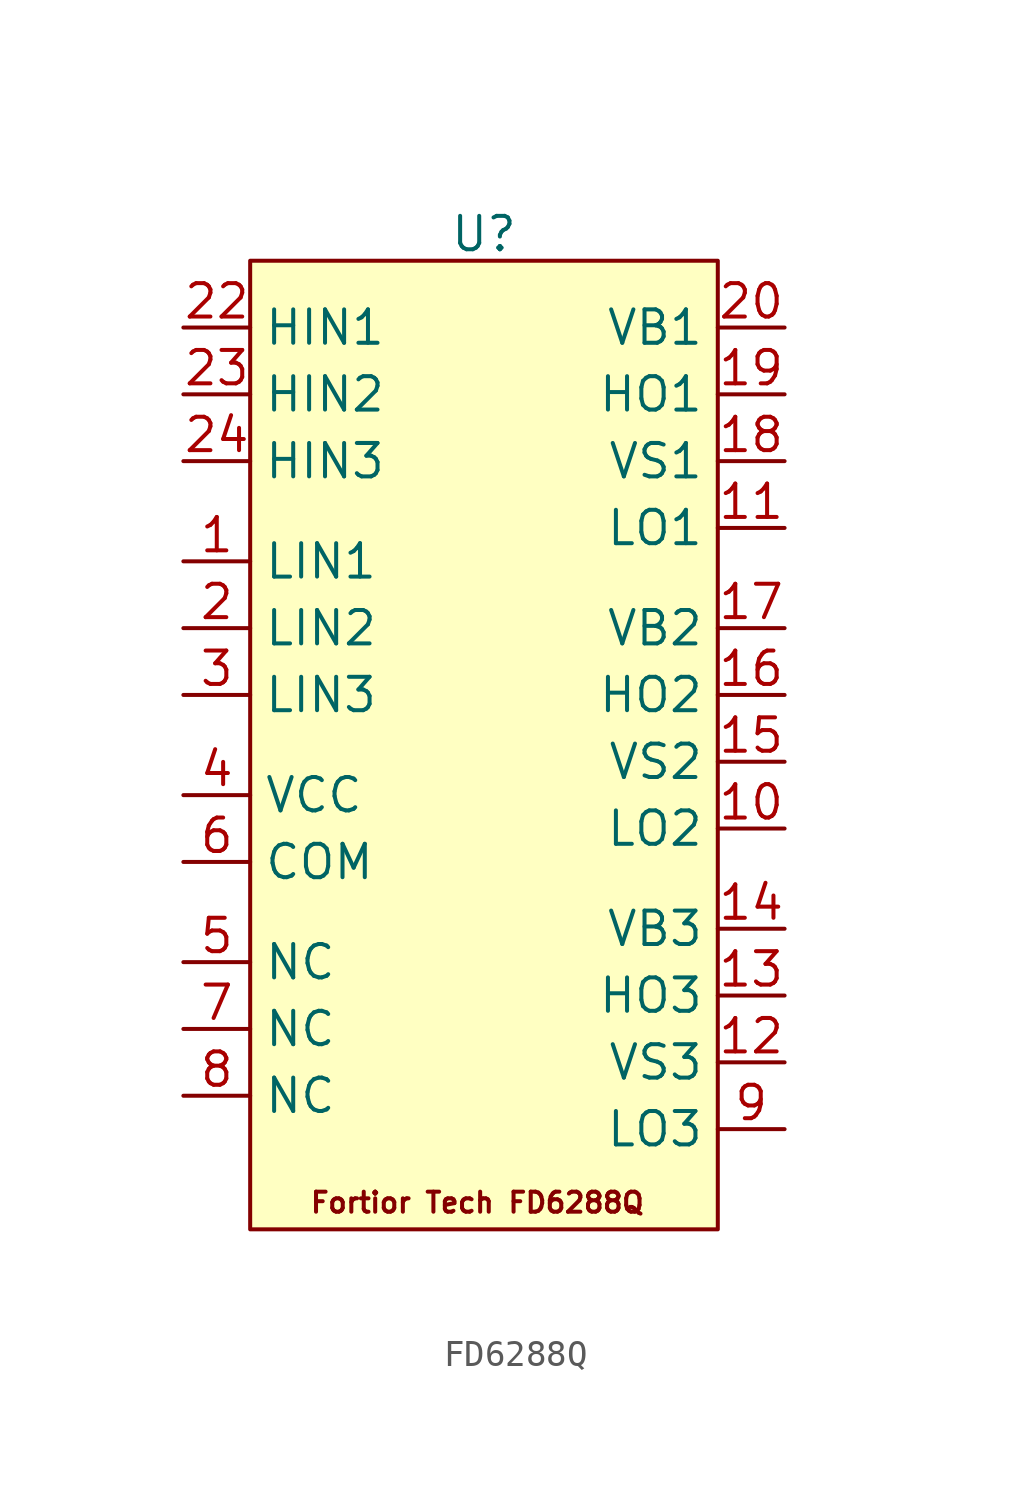
<source format=kicad_sym>
(kicad_symbol_lib
  (version 20231120)
  (generator "kicad_symbol_editor")
  (generator_version "8.0")
  (symbol "FD6288Q"
    (property "Reference" "U"
      (at -13.97 20.066 0)
      (effects (font (size 1.27 1.27))))
    (property "Value" ""
      (at 0 1.27 0)
      (effects (font (size 1.27 1.27))))
    (symbol "FD6288Q_1_1"
      (rectangle (start -22.86 19.05) (end -5.08 -17.78) (stroke (width 0) (type default)) (fill (type background)))
      (text "Fortior Tech FD6288Q" (at -14.224 -16.764 0) (effects (font (size 0.762 0.762))))
      (pin input line (at -25.4 7.62 0) (length 2.54) (name "LIN1" (effects (font (size 1.27 1.27)))) (number "1" (effects (font (size 1.27 1.27)))))
      (pin input line (at -2.54 -2.54 180) (length 2.54) (name "LO2" (effects (font (size 1.27 1.27)))) (number "10" (effects (font (size 1.27 1.27)))))
      (pin input line (at -2.54 8.89 180) (length 2.54) (name "LO1" (effects (font (size 1.27 1.27)))) (number "11" (effects (font (size 1.27 1.27)))))
      (pin input line (at -2.54 -11.43 180) (length 2.54) (name "VS3" (effects (font (size 1.27 1.27)))) (number "12" (effects (font (size 1.27 1.27)))))
      (pin input line (at -2.54 -8.89 180) (length 2.54) (name "HO3" (effects (font (size 1.27 1.27)))) (number "13" (effects (font (size 1.27 1.27)))))
      (pin input line (at -2.54 -6.35 180) (length 2.54) (name "VB3" (effects (font (size 1.27 1.27)))) (number "14" (effects (font (size 1.27 1.27)))))
      (pin input line (at -2.54 0 180) (length 2.54) (name "VS2" (effects (font (size 1.27 1.27)))) (number "15" (effects (font (size 1.27 1.27)))))
      (pin input line (at -2.54 2.54 180) (length 2.54) (name "HO2" (effects (font (size 1.27 1.27)))) (number "16" (effects (font (size 1.27 1.27)))))
      (pin input line (at -2.54 5.08 180) (length 2.54) (name "VB2" (effects (font (size 1.27 1.27)))) (number "17" (effects (font (size 1.27 1.27)))))
      (pin input line (at -2.54 11.43 180) (length 2.54) (name "VS1" (effects (font (size 1.27 1.27)))) (number "18" (effects (font (size 1.27 1.27)))))
      (pin input line (at -2.54 13.97 180) (length 2.54) (name "HO1" (effects (font (size 1.27 1.27)))) (number "19" (effects (font (size 1.27 1.27)))))
      (pin input line (at -25.4 5.08 0) (length 2.54) (name "LIN2" (effects (font (size 1.27 1.27)))) (number "2" (effects (font (size 1.27 1.27)))))
      (pin input line (at -2.54 16.51 180) (length 2.54) (name "VB1" (effects (font (size 1.27 1.27)))) (number "20" (effects (font (size 1.27 1.27)))))
      (pin input line (at -25.4 16.51 0) (length 2.54) (name "HIN1" (effects (font (size 1.27 1.27)))) (number "22" (effects (font (size 1.27 1.27)))))
      (pin input line (at -25.4 13.97 0) (length 2.54) (name "HIN2" (effects (font (size 1.27 1.27)))) (number "23" (effects (font (size 1.27 1.27)))))
      (pin input line (at -25.4 11.43 0) (length 2.54) (name "HIN3" (effects (font (size 1.27 1.27)))) (number "24" (effects (font (size 1.27 1.27)))))
      (pin input line (at -25.4 2.54 0) (length 2.54) (name "LIN3" (effects (font (size 1.27 1.27)))) (number "3" (effects (font (size 1.27 1.27)))))
      (pin input line (at -25.4 -1.27 0) (length 2.54) (name "VCC" (effects (font (size 1.27 1.27)))) (number "4" (effects (font (size 1.27 1.27)))))
      (pin input line (at -25.4 -7.62 0) (length 2.54) (name "NC" (effects (font (size 1.27 1.27)))) (number "5" (effects (font (size 1.27 1.27)))))
      (pin input line (at -25.4 -3.81 0) (length 2.54) (name "COM" (effects (font (size 1.27 1.27)))) (number "6" (effects (font (size 1.27 1.27)))))
      (pin input line (at -25.4 -10.16 0) (length 2.54) (name "NC" (effects (font (size 1.27 1.27)))) (number "7" (effects (font (size 1.27 1.27)))))
      (pin input line (at -25.4 -12.7 0) (length 2.54) (name "NC" (effects (font (size 1.27 1.27)))) (number "8" (effects (font (size 1.27 1.27)))))
      (pin input line (at -2.54 -13.97 180) (length 2.54) (name "LO3" (effects (font (size 1.27 1.27)))) (number "9" (effects (font (size 1.27 1.27))))))))
</source>
